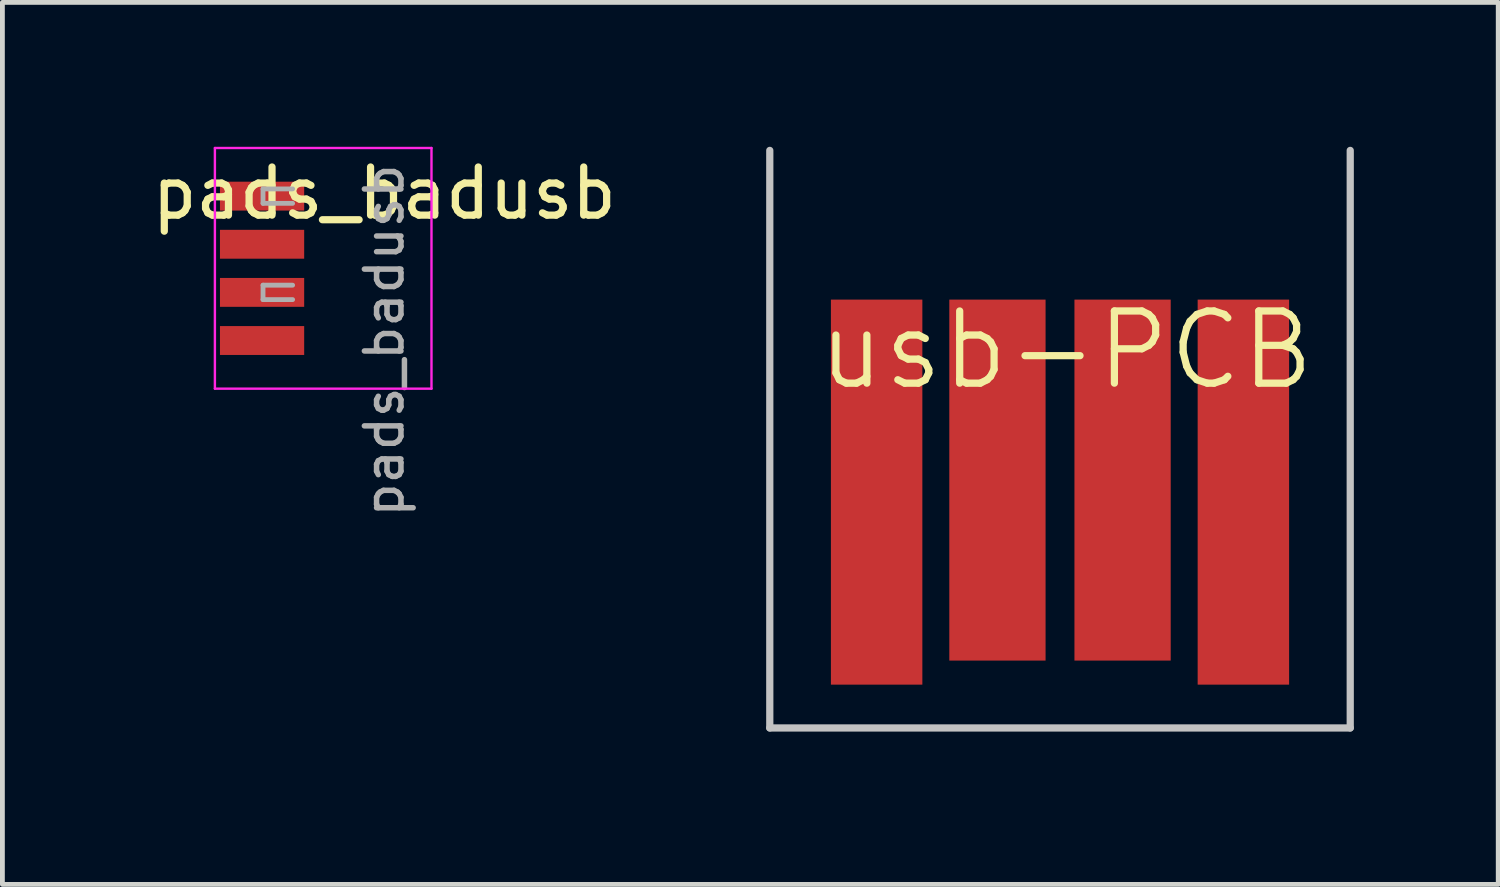
<source format=kicad_pcb>
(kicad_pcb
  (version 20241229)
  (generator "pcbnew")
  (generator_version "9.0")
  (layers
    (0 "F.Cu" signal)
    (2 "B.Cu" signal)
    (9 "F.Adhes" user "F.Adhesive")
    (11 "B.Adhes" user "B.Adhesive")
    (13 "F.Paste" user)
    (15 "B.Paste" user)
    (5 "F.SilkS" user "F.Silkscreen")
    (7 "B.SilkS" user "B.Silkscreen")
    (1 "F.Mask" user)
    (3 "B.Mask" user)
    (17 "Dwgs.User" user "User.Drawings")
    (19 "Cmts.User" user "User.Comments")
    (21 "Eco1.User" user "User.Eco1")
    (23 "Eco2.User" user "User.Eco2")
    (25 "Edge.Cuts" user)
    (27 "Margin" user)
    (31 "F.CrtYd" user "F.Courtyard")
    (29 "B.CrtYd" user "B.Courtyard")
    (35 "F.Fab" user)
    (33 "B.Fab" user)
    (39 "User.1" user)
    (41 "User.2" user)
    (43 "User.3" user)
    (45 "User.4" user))
  (footprint "pads_badusb"
    (layer "F.Cu")
    (at 3.665 2.525)
    (property "Reference" "pads_badusb" (at 1.27 -1.56 0) (layer "F.SilkS") (effects (font (size 1 1) (thickness 0.15))))
    (attr smd)
    (fp_line (start -2.25 -2.5) (end -2.25 2.5) (stroke (width 0.05) (type solid)) (layer "F.CrtYd"))
    (fp_line (start -2.25 2.5) (end 2.25 2.5) (stroke (width 0.05) (type solid)) (layer "F.CrtYd"))
    (fp_line (start 2.25 -2.5) (end -2.25 -2.5) (stroke (width 0.05) (type solid)) (layer "F.CrtYd"))
    (fp_line (start 2.25 2.5) (end 2.25 -2.5) (stroke (width 0.05) (type solid)) (layer "F.CrtYd"))
    (fp_line (start -1.25 -1.65) (end -1.25 -1.35) (stroke (width 0.1) (type solid)) (layer "F.Fab"))
    (fp_line (start -1.25 -1.35) (end -0.635 -1.35) (stroke (width 0.1) (type solid)) (layer "F.Fab"))
    (fp_line (start -1.25 0.35) (end -1.25 0.65) (stroke (width 0.1) (type solid)) (layer "F.Fab"))
    (fp_line (start -1.25 0.65) (end -0.635 0.65) (stroke (width 0.1) (type solid)) (layer "F.Fab"))
    (fp_line (start -0.635 -1.65) (end -1.25 -1.65) (stroke (width 0.1) (type solid)) (layer "F.Fab"))
    (fp_line (start -0.635 0.35) (end -1.25 0.35) (stroke (width 0.1) (type solid)) (layer "F.Fab"))
    (fp_text user "${REFERENCE}" (at 1.27 1.5 90) (layer "F.Fab") (effects (font (size 0.76 0.76) (thickness 0.114))))
    (pad "1" smd rect (at -1.27 -1.5) (size 1.75 0.6) (layers "F.Cu" "F.Mask" "F.Paste"))
    (pad "2" smd rect (at -1.27 -0.5) (size 1.75 0.6) (layers "F.Cu" "F.Mask" "F.Paste"))
    (pad "3" smd rect (at -1.27 0.5) (size 1.75 0.6) (layers "F.Cu" "F.Mask" "F.Paste"))
    (pad "4" smd rect (at -1.27 1.5) (size 1.75 0.6) (layers "F.Cu" "F.Mask" "F.Paste")))
  (footprint "usb-PCB"
    (layer "F.Cu")
    (at 18.974 12.075)
    (property "Reference" "usb-PCB" (at 0.13 -7.85 0) (layer "F.SilkS") (effects (font (size 1.5 1.5) (thickness 0.15))))
    (attr exclude_from_pos_files exclude_from_bom)
    (fp_line (start -6.03 0) (end -6.03 -12) (stroke (width 0.15) (type solid)) (layer "Dwgs.User"))
    (fp_line (start 6.03 0) (end -6.03 0) (stroke (width 0.15) (type solid)) (layer "Dwgs.User"))
    (fp_line (start 6.03 0) (end 6.03 -12) (stroke (width 0.15) (type solid)) (layer "Dwgs.User"))
    (pad "1" connect rect (at 3.81 -4.9) (size 1.9 8) (layers "F.Cu" "F.Mask"))
    (pad "2" connect rect (at 1.3 -5.15) (size 2 7.5) (layers "F.Cu" "F.Mask"))
    (pad "3" connect rect (at -1.3 -5.15) (size 2 7.5) (layers "F.Cu" "F.Mask"))
    (pad "4" connect rect (at -3.81 -4.9) (size 1.9 8) (layers "F.Cu" "F.Mask")))
  (gr_rect
    (start -3 -3)
    (end 28.079 15.325)
    (stroke (width 0.1) (type default))
    (fill no)
    (layer "Edge.Cuts")))
</source>
